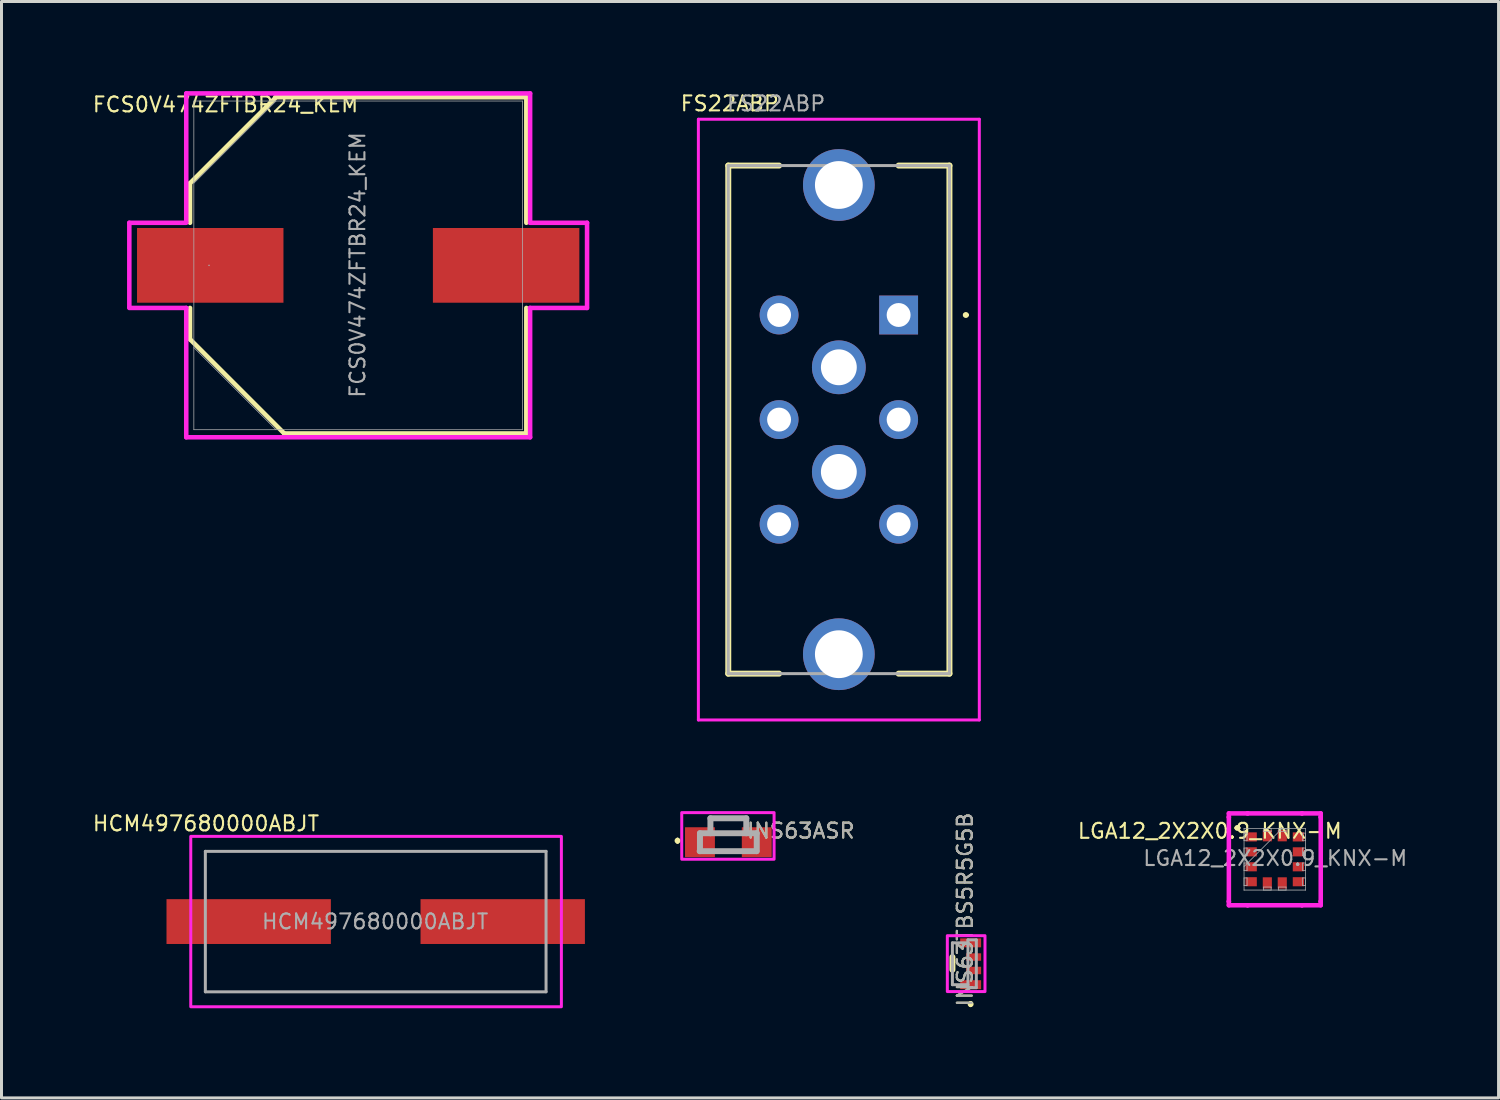
<source format=kicad_pcb>
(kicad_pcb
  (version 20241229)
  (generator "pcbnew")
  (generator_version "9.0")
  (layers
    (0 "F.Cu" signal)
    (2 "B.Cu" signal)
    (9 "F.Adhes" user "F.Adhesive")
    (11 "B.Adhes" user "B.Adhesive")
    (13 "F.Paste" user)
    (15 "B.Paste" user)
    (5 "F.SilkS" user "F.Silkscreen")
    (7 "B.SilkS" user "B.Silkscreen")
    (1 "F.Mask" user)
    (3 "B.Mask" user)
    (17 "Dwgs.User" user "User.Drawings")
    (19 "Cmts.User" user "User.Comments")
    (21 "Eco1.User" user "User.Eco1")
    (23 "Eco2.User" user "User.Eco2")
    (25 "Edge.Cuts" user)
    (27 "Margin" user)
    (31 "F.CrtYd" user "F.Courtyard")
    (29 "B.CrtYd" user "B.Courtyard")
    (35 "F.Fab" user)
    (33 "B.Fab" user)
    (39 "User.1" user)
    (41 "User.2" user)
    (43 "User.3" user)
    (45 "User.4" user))
  (footprint "LGA12_2X2X0.9_KNX-M"
    (layer "F.Cu")
    (at 39.605 25.703)
    (property "Reference" "LGA12_2X2X0.9_KNX-M" (at -2.175 -0.948 0) (unlocked yes) (layer "F.SilkS") (effects (font (size 0.5 0.5) (thickness 0.07))))
    (attr smd)
    (fp_line (start -1.3 -1.05) (end -1.3 -1.05) (stroke (width 0.1) (type solid)) (layer "F.SilkS"))
    (fp_line (start -1.2 -1.05) (end -1.2 -1.05) (stroke (width 0.1) (type solid)) (layer "F.SilkS"))
    (fp_arc (start -1.3 -1.05) (mid -1.25 -1.1) (end -1.2 -1.05) (stroke (width 0.1) (type solid)) (layer "F.SilkS"))
    (fp_arc (start -1.2 -1.05) (mid -1.25 -1) (end -1.3 -1.05) (stroke (width 0.1) (type solid)) (layer "F.SilkS"))
    (fp_line (start -1.537 -1.537) (end -0.91 -1.537) (stroke (width 0.152) (type solid)) (layer "F.CrtYd"))
    (fp_line (start -1.537 -1.41) (end -1.537 -1.537) (stroke (width 0.152) (type solid)) (layer "F.CrtYd"))
    (fp_line (start -1.537 -1.41) (end -1.537 -1.41) (stroke (width 0.152) (type solid)) (layer "F.CrtYd"))
    (fp_line (start -1.537 1.41) (end -1.537 -1.41) (stroke (width 0.152) (type solid)) (layer "F.CrtYd"))
    (fp_line (start -1.537 1.41) (end -1.537 1.41) (stroke (width 0.152) (type solid)) (layer "F.CrtYd"))
    (fp_line (start -1.537 1.537) (end -1.537 1.41) (stroke (width 0.152) (type solid)) (layer "F.CrtYd"))
    (fp_line (start -0.91 -1.537) (end -0.91 -1.537) (stroke (width 0.152) (type solid)) (layer "F.CrtYd"))
    (fp_line (start -0.91 -1.537) (end 0.91 -1.537) (stroke (width 0.152) (type solid)) (layer "F.CrtYd"))
    (fp_line (start -0.91 1.537) (end -1.537 1.537) (stroke (width 0.152) (type solid)) (layer "F.CrtYd"))
    (fp_line (start -0.91 1.537) (end -0.91 1.537) (stroke (width 0.152) (type solid)) (layer "F.CrtYd"))
    (fp_line (start 0.91 -1.537) (end 0.91 -1.537) (stroke (width 0.152) (type solid)) (layer "F.CrtYd"))
    (fp_line (start 0.91 -1.537) (end 1.537 -1.537) (stroke (width 0.152) (type solid)) (layer "F.CrtYd"))
    (fp_line (start 0.91 1.537) (end -0.91 1.537) (stroke (width 0.152) (type solid)) (layer "F.CrtYd"))
    (fp_line (start 0.91 1.537) (end 0.91 1.537) (stroke (width 0.152) (type solid)) (layer "F.CrtYd"))
    (fp_line (start 1.537 -1.537) (end 1.537 -1.41) (stroke (width 0.152) (type solid)) (layer "F.CrtYd"))
    (fp_line (start 1.537 -1.41) (end 1.537 -1.41) (stroke (width 0.152) (type solid)) (layer "F.CrtYd"))
    (fp_line (start 1.537 -1.41) (end 1.537 1.41) (stroke (width 0.152) (type solid)) (layer "F.CrtYd"))
    (fp_line (start 1.537 1.41) (end 1.537 1.41) (stroke (width 0.152) (type solid)) (layer "F.CrtYd"))
    (fp_line (start 1.537 1.41) (end 1.537 1.537) (stroke (width 0.152) (type solid)) (layer "F.CrtYd"))
    (fp_line (start 1.537 1.537) (end 0.91 1.537) (stroke (width 0.152) (type solid)) (layer "F.CrtYd"))
    (fp_line (start -1.029 -1.029) (end -1.029 -1.029) (stroke (width 0.025) (type solid)) (layer "F.Fab"))
    (fp_line (start -1.029 -1.029) (end -1.029 1.029) (stroke (width 0.025) (type solid)) (layer "F.Fab"))
    (fp_line (start -1.029 -0.877) (end -0.927 -0.877) (stroke (width 0.025) (type solid)) (layer "F.Fab"))
    (fp_line (start -1.029 -0.623) (end -1.029 -0.877) (stroke (width 0.025) (type solid)) (layer "F.Fab"))
    (fp_line (start -1.029 -0.377) (end -0.927 -0.377) (stroke (width 0.025) (type solid)) (layer "F.Fab"))
    (fp_line (start -1.029 -0.123) (end -1.029 -0.377) (stroke (width 0.025) (type solid)) (layer "F.Fab"))
    (fp_line (start -1.029 0.123) (end -0.927 0.123) (stroke (width 0.025) (type solid)) (layer "F.Fab"))
    (fp_line (start -1.029 0.241) (end 0.241 -1.029) (stroke (width 0.025) (type solid)) (layer "F.Fab"))
    (fp_line (start -1.029 0.377) (end -1.029 0.123) (stroke (width 0.025) (type solid)) (layer "F.Fab"))
    (fp_line (start -1.029 0.623) (end -0.927 0.623) (stroke (width 0.025) (type solid)) (layer "F.Fab"))
    (fp_line (start -1.029 0.877) (end -1.029 0.623) (stroke (width 0.025) (type solid)) (layer "F.Fab"))
    (fp_line (start -1.029 1.029) (end -1.029 1.029) (stroke (width 0.025) (type solid)) (layer "F.Fab"))
    (fp_line (start -1.029 1.029) (end 1.029 1.029) (stroke (width 0.025) (type solid)) (layer "F.Fab"))
    (fp_line (start -0.927 -0.877) (end -0.927 -0.623) (stroke (width 0.025) (type solid)) (layer "F.Fab"))
    (fp_line (start -0.927 -0.623) (end -1.029 -0.623) (stroke (width 0.025) (type solid)) (layer "F.Fab"))
    (fp_line (start -0.927 -0.377) (end -0.927 -0.123) (stroke (width 0.025) (type solid)) (layer "F.Fab"))
    (fp_line (start -0.927 -0.123) (end -1.029 -0.123) (stroke (width 0.025) (type solid)) (layer "F.Fab"))
    (fp_line (start -0.927 0.123) (end -0.927 0.377) (stroke (width 0.025) (type solid)) (layer "F.Fab"))
    (fp_line (start -0.927 0.377) (end -1.029 0.377) (stroke (width 0.025) (type solid)) (layer "F.Fab"))
    (fp_line (start -0.927 0.623) (end -0.927 0.877) (stroke (width 0.025) (type solid)) (layer "F.Fab"))
    (fp_line (start -0.927 0.877) (end -1.029 0.877) (stroke (width 0.025) (type solid)) (layer "F.Fab"))
    (fp_line (start -0.377 -1.029) (end -0.123 -1.029) (stroke (width 0.025) (type solid)) (layer "F.Fab"))
    (fp_line (start -0.377 -0.927) (end -0.377 -1.029) (stroke (width 0.025) (type solid)) (layer "F.Fab"))
    (fp_line (start -0.377 0.927) (end -0.123 0.927) (stroke (width 0.025) (type solid)) (layer "F.Fab"))
    (fp_line (start -0.377 1.029) (end -0.377 0.927) (stroke (width 0.025) (type solid)) (layer "F.Fab"))
    (fp_line (start -0.123 -1.029) (end -0.123 -0.927) (stroke (width 0.025) (type solid)) (layer "F.Fab"))
    (fp_line (start -0.123 -0.927) (end -0.377 -0.927) (stroke (width 0.025) (type solid)) (layer "F.Fab"))
    (fp_line (start -0.123 0.927) (end -0.123 1.029) (stroke (width 0.025) (type solid)) (layer "F.Fab"))
    (fp_line (start -0.123 1.029) (end -0.377 1.029) (stroke (width 0.025) (type solid)) (layer "F.Fab"))
    (fp_line (start 0.123 -1.029) (end 0.377 -1.029) (stroke (width 0.025) (type solid)) (layer "F.Fab"))
    (fp_line (start 0.123 -0.927) (end 0.123 -1.029) (stroke (width 0.025) (type solid)) (layer "F.Fab"))
    (fp_line (start 0.123 0.927) (end 0.377 0.927) (stroke (width 0.025) (type solid)) (layer "F.Fab"))
    (fp_line (start 0.123 1.029) (end 0.123 0.927) (stroke (width 0.025) (type solid)) (layer "F.Fab"))
    (fp_line (start 0.377 -1.029) (end 0.377 -0.927) (stroke (width 0.025) (type solid)) (layer "F.Fab"))
    (fp_line (start 0.377 -0.927) (end 0.123 -0.927) (stroke (width 0.025) (type solid)) (layer "F.Fab"))
    (fp_line (start 0.377 0.927) (end 0.377 1.029) (stroke (width 0.025) (type solid)) (layer "F.Fab"))
    (fp_line (start 0.377 1.029) (end 0.123 1.029) (stroke (width 0.025) (type solid)) (layer "F.Fab"))
    (fp_line (start 0.927 -0.877) (end 1.029 -0.877) (stroke (width 0.025) (type solid)) (layer "F.Fab"))
    (fp_line (start 0.927 -0.623) (end 0.927 -0.877) (stroke (width 0.025) (type solid)) (layer "F.Fab"))
    (fp_line (start 0.927 -0.377) (end 1.029 -0.377) (stroke (width 0.025) (type solid)) (layer "F.Fab"))
    (fp_line (start 0.927 -0.123) (end 0.927 -0.377) (stroke (width 0.025) (type solid)) (layer "F.Fab"))
    (fp_line (start 0.927 0.123) (end 1.029 0.123) (stroke (width 0.025) (type solid)) (layer "F.Fab"))
    (fp_line (start 0.927 0.377) (end 0.927 0.123) (stroke (width 0.025) (type solid)) (layer "F.Fab"))
    (fp_line (start 0.927 0.623) (end 1.029 0.623) (stroke (width 0.025) (type solid)) (layer "F.Fab"))
    (fp_line (start 0.927 0.877) (end 0.927 0.623) (stroke (width 0.025) (type solid)) (layer "F.Fab"))
    (fp_line (start 1.029 -1.029) (end -1.029 -1.029) (stroke (width 0.025) (type solid)) (layer "F.Fab"))
    (fp_line (start 1.029 -1.029) (end 1.029 -1.029) (stroke (width 0.025) (type solid)) (layer "F.Fab"))
    (fp_line (start 1.029 -0.877) (end 1.029 -0.623) (stroke (width 0.025) (type solid)) (layer "F.Fab"))
    (fp_line (start 1.029 -0.623) (end 0.927 -0.623) (stroke (width 0.025) (type solid)) (layer "F.Fab"))
    (fp_line (start 1.029 -0.377) (end 1.029 -0.123) (stroke (width 0.025) (type solid)) (layer "F.Fab"))
    (fp_line (start 1.029 -0.123) (end 0.927 -0.123) (stroke (width 0.025) (type solid)) (layer "F.Fab"))
    (fp_line (start 1.029 0.123) (end 1.029 0.377) (stroke (width 0.025) (type solid)) (layer "F.Fab"))
    (fp_line (start 1.029 0.377) (end 0.927 0.377) (stroke (width 0.025) (type solid)) (layer "F.Fab"))
    (fp_line (start 1.029 0.623) (end 1.029 0.877) (stroke (width 0.025) (type solid)) (layer "F.Fab"))
    (fp_line (start 1.029 0.877) (end 0.927 0.877) (stroke (width 0.025) (type solid)) (layer "F.Fab"))
    (fp_line (start 1.029 1.029) (end 1.029 -1.029) (stroke (width 0.025) (type solid)) (layer "F.Fab"))
    (fp_line (start 1.029 1.029) (end 1.029 1.029) (stroke (width 0.025) (type solid)) (layer "F.Fab"))
    (fp_text user "${REFERENCE}" (at 0.015 -0.038 0) (unlocked yes) (layer "F.Fab") (effects (font (size 0.5 0.5) (thickness 0.07))))
    (pad "1" smd rect (at -0.79 -0.75 90) (size 0.305 0.377) (layers "F.Cu" "F.Mask" "F.Paste"))
    (pad "2" smd rect (at -0.79 -0.25 90) (size 0.305 0.377) (layers "F.Cu" "F.Mask" "F.Paste"))
    (pad "3" smd rect (at -0.79 0.25 90) (size 0.305 0.377) (layers "F.Cu" "F.Mask" "F.Paste"))
    (pad "4" smd rect (at -0.79 0.75 90) (size 0.305 0.377) (layers "F.Cu" "F.Mask" "F.Paste"))
    (pad "5" smd rect (at -0.25 0.79) (size 0.305 0.377) (layers "F.Cu" "F.Mask" "F.Paste"))
    (pad "6" smd rect (at 0.25 0.79) (size 0.305 0.377) (layers "F.Cu" "F.Mask" "F.Paste"))
    (pad "7" smd rect (at 0.79 0.75 90) (size 0.305 0.377) (layers "F.Cu" "F.Mask" "F.Paste"))
    (pad "8" smd rect (at 0.79 0.25 90) (size 0.305 0.377) (layers "F.Cu" "F.Mask" "F.Paste"))
    (pad "9" smd rect (at 0.79 -0.25 90) (size 0.305 0.377) (layers "F.Cu" "F.Mask" "F.Paste"))
    (pad "10" smd rect (at 0.79 -0.75 90) (size 0.305 0.377) (layers "F.Cu" "F.Mask" "F.Paste"))
    (pad "11" smd rect (at 0.25 -0.79) (size 0.305 0.377) (layers "F.Cu" "F.Mask" "F.Paste"))
    (pad "12" smd rect (at -0.25 -0.79) (size 0.305 0.377) (layers "F.Cu" "F.Mask" "F.Paste")))
  (footprint "INS63TBS5R5G5B"
    (layer "F.Cu")
    (at 29.528 29.198)
    (property "Reference" "INS63TBS5R5G5B" (at -0.29 -1.815 270) (layer "F.SilkS") (effects (font (size 0.5 0.5) (thickness 0.07))))
    (attr smd)
    (fp_line (start -0.71 -0.225) (end -0.71 0.2) (stroke (width 0.2) (type solid)) (layer "F.SilkS"))
    (fp_line (start -0.1 1.3) (end -0.1 1.3) (stroke (width 0.1) (type solid)) (layer "F.SilkS"))
    (fp_line (start -0.1 1.4) (end -0.1 1.4) (stroke (width 0.1) (type solid)) (layer "F.SilkS"))
    (fp_arc (start -0.1 1.3) (mid -0.05 1.35) (end -0.1 1.4) (stroke (width 0.1) (type solid)) (layer "F.SilkS"))
    (fp_arc (start -0.1 1.4) (mid -0.15 1.35) (end -0.1 1.3) (stroke (width 0.1) (type solid)) (layer "F.SilkS"))
    (fp_rect (start -0.88 -0.94) (end 0.38 0.93) (stroke (width 0.1) (type default)) (fill no) (layer "F.CrtYd"))
    (fp_line (start -0.71 -0.7) (end -0.19 -0.7) (stroke (width 0.1) (type solid)) (layer "F.Fab"))
    (fp_line (start -0.71 0.7) (end -0.71 -0.7) (stroke (width 0.1) (type solid)) (layer "F.Fab"))
    (fp_line (start -0.19 -0.8) (end -0.19 0.8) (stroke (width 0.1) (type solid)) (layer "F.Fab"))
    (fp_line (start -0.19 0.7) (end -0.71 0.7) (stroke (width 0.1) (type solid)) (layer "F.Fab"))
    (fp_line (start -0.19 0.8) (end 0.09 0.8) (stroke (width 0.1) (type solid)) (layer "F.Fab"))
    (fp_line (start 0.09 -0.8) (end -0.19 -0.8) (stroke (width 0.1) (type solid)) (layer "F.Fab"))
    (fp_line (start 0.09 0.8) (end 0.09 -0.8) (stroke (width 0.1) (type solid)) (layer "F.Fab"))
    (fp_text user "${REFERENCE}" (at -0.29 -1.815 270) (layer "F.Fab") (effects (font (size 0.5 0.5) (thickness 0.07))))
    (pad "1" smd rect (at -0.1 0.7 90) (size 0.3 0.7) (layers "F.Cu" "F.Mask" "F.Paste"))
    (pad "2" smd rect (at 0 0.225 90) (size 0.25 0.5) (layers "F.Cu" "F.Mask" "F.Paste"))
    (pad "3" smd rect (at 0 -0.225 90) (size 0.25 0.5) (layers "F.Cu" "F.Mask" "F.Paste"))
    (pad "4" smd rect (at -0.1 -0.7 90) (size 0.3 0.7) (layers "F.Cu" "F.Mask" "F.Paste")))
  (footprint "HCM497680000ABJT"
    (layer "F.Cu")
    (at 9.521 27.786)
    (property "Reference" "HCM497680000ABJT" (at -5.68 -3.28 0) (layer "F.SilkS") (effects (font (size 0.5 0.5) (thickness 0.07))))
    (attr smd)
    (fp_rect (start -6.188 -2.85) (end 6.213 2.85) (stroke (width 0.1) (type solid)) (fill no) (layer "F.CrtYd"))
    (fp_line (start -5.7 -2.35) (end -5.7 2.35) (stroke (width 0.1) (type solid)) (layer "F.Fab"))
    (fp_line (start -5.7 2.35) (end 5.7 2.35) (stroke (width 0.1) (type solid)) (layer "F.Fab"))
    (fp_line (start 5.7 -2.35) (end -5.7 -2.35) (stroke (width 0.1) (type solid)) (layer "F.Fab"))
    (fp_line (start 5.7 2.35) (end 5.7 -2.35) (stroke (width 0.1) (type solid)) (layer "F.Fab"))
    (fp_text user "${REFERENCE}" (at -0.02 0 0) (layer "F.Fab") (effects (font (size 0.5 0.5) (thickness 0.07))))
    (pad "1" smd rect (at -4.25 0 90) (size 1.5 5.5) (layers "F.Cu" "F.Mask" "F.Paste"))
    (pad "2" smd rect (at 4.25 0 90) (size 1.5 5.5) (layers "F.Cu" "F.Mask" "F.Paste")))
  (footprint "INS63ASR"
    (layer "F.Cu")
    (at 21.321 24.83)
    (property "Reference" "INS63ASR" (at 2.425 -0.082 0) (layer "F.SilkS") (effects (font (size 0.5 0.5) (thickness 0.07))))
    (attr smd)
    (fp_line (start -1.7 0.2) (end -1.7 0.2) (stroke (width 0.1) (type solid)) (layer "F.SilkS"))
    (fp_line (start -1.7 0.3) (end -1.7 0.3) (stroke (width 0.1) (type solid)) (layer "F.SilkS"))
    (fp_line (start -0.6 -0.5) (end 0.6 -0.5) (stroke (width 0.1) (type solid)) (layer "F.SilkS"))
    (fp_line (start -0.6 -0.4) (end -0.6 -0.5) (stroke (width 0.1) (type solid)) (layer "F.SilkS"))
    (fp_line (start -0.2 0) (end 0.2 0) (stroke (width 0.1) (type solid)) (layer "F.SilkS"))
    (fp_line (start -0.2 0.6) (end 0.2 0.6) (stroke (width 0.1) (type solid)) (layer "F.SilkS"))
    (fp_line (start 0.6 -0.5) (end 0.6 -0.4) (stroke (width 0.1) (type solid)) (layer "F.SilkS"))
    (fp_arc (start -1.7 0.2) (mid -1.65 0.25) (end -1.7 0.3) (stroke (width 0.1) (type solid)) (layer "F.SilkS"))
    (fp_arc (start -1.7 0.3) (mid -1.75 0.25) (end -1.7 0.2) (stroke (width 0.1) (type solid)) (layer "F.SilkS"))
    (fp_rect (start -1.56 -0.69) (end 1.53 0.87) (stroke (width 0.1) (type default)) (fill no) (layer "F.CrtYd"))
    (fp_line (start -0.95 0) (end 0.95 0) (stroke (width 0.2) (type solid)) (layer "F.Fab"))
    (fp_line (start -0.95 0.6) (end -0.95 0) (stroke (width 0.2) (type solid)) (layer "F.Fab"))
    (fp_line (start -0.6 -0.5) (end 0.6 -0.5) (stroke (width 0.2) (type solid)) (layer "F.Fab"))
    (fp_line (start -0.6 0) (end -0.6 -0.5) (stroke (width 0.2) (type solid)) (layer "F.Fab"))
    (fp_line (start 0.6 -0.5) (end 0.6 0) (stroke (width 0.2) (type solid)) (layer "F.Fab"))
    (fp_line (start 0.94 0.6) (end -0.96 0.6) (stroke (width 0.2) (type solid)) (layer "F.Fab"))
    (fp_line (start 0.95 0) (end 0.95 0.6) (stroke (width 0.2) (type solid)) (layer "F.Fab"))
    (fp_text user "${REFERENCE}" (at 2.425 -0.082 0) (layer "F.Fab") (effects (font (size 0.5 0.5) (thickness 0.07))))
    (pad "1" smd rect (at -0.95 0.3 90) (size 1 1) (layers "F.Cu" "F.Mask" "F.Paste"))
    (pad "2" smd rect (at 0.95 0.3 90) (size 1 1) (layers "F.Cu" "F.Mask" "F.Paste")))
  (footprint "FS22ABP"
    (layer "F.Cu")
    (at 27.018 7.49)
    (property "Reference" "FS22ABP" (at -5.65 -7.075 180) (layer "F.SilkS") (effects (font (size 0.5 0.5) (thickness 0.07))))
    (attr through_hole)
    (fp_line (start -5.7 -5) (end -4 -5) (stroke (width 0.2) (type solid)) (layer "F.SilkS"))
    (fp_line (start -5.7 12) (end -5.7 -5) (stroke (width 0.2) (type solid)) (layer "F.SilkS"))
    (fp_line (start -4 12) (end -5.7 12) (stroke (width 0.2) (type solid)) (layer "F.SilkS"))
    (fp_line (start 0 -5) (end 1.7 -5) (stroke (width 0.2) (type solid)) (layer "F.SilkS"))
    (fp_line (start 1.7 -5) (end 1.7 12) (stroke (width 0.2) (type solid)) (layer "F.SilkS"))
    (fp_line (start 1.7 12) (end 0 12) (stroke (width 0.2) (type solid)) (layer "F.SilkS"))
    (fp_line (start 2.2 0) (end 2.2 0) (stroke (width 0.1) (type solid)) (layer "F.SilkS"))
    (fp_line (start 2.3 0) (end 2.3 0) (stroke (width 0.1) (type solid)) (layer "F.SilkS"))
    (fp_arc (start 2.2 0) (mid 2.25 -0.05) (end 2.3 0) (stroke (width 0.1) (type solid)) (layer "F.SilkS"))
    (fp_arc (start 2.3 0) (mid 2.25 0.05) (end 2.2 0) (stroke (width 0.1) (type solid)) (layer "F.SilkS"))
    (fp_line (start -6.7 -6.55) (end 2.7 -6.55) (stroke (width 0.1) (type solid)) (layer "F.CrtYd"))
    (fp_line (start -6.7 13.55) (end -6.7 -6.55) (stroke (width 0.1) (type solid)) (layer "F.CrtYd"))
    (fp_line (start 2.7 -6.55) (end 2.7 13.55) (stroke (width 0.1) (type solid)) (layer "F.CrtYd"))
    (fp_line (start 2.7 13.55) (end -6.7 13.55) (stroke (width 0.1) (type solid)) (layer "F.CrtYd"))
    (fp_line (start -5.7 -5) (end 1.7 -5) (stroke (width 0.1) (type solid)) (layer "F.Fab"))
    (fp_line (start -5.7 12) (end -5.7 -5) (stroke (width 0.1) (type solid)) (layer "F.Fab"))
    (fp_line (start 1.7 -5) (end 1.7 12) (stroke (width 0.1) (type solid)) (layer "F.Fab"))
    (fp_line (start 1.7 12) (end -5.7 12) (stroke (width 0.1) (type solid)) (layer "F.Fab"))
    (fp_text user "${REFERENCE}" (at -4.1 -7.075 180) (layer "F.Fab") (effects (font (size 0.5 0.5) (thickness 0.07))))
    (pad "" thru_hole circle (at -2 -4.35) (size 2.4 2.4) (drill 1.6) (layers "*.Cu" "*.Mask"))
    (pad "" thru_hole circle (at -2 1.75) (size 1.8 1.8) (drill 1.2) (layers "*.Cu" "*.Mask"))
    (pad "" thru_hole circle (at -2 5.25) (size 1.8 1.8) (drill 1.2) (layers "*.Cu" "*.Mask"))
    (pad "" thru_hole circle (at -2 11.35) (size 2.4 2.4) (drill 1.6) (layers "*.Cu" "*.Mask"))
    (pad "1" thru_hole rect (at 0 0) (size 1.3 1.3) (drill 0.8) (layers "*.Cu" "*.Mask"))
    (pad "2" thru_hole circle (at 0 3.5) (size 1.3 1.3) (drill 0.8) (layers "*.Cu" "*.Mask"))
    (pad "3" thru_hole circle (at 0 7) (size 1.3 1.3) (drill 0.8) (layers "*.Cu" "*.Mask"))
    (pad "4" thru_hole circle (at -4 0) (size 1.3 1.3) (drill 0.8) (layers "*.Cu" "*.Mask"))
    (pad "5" thru_hole circle (at -4 3.5) (size 1.3 1.3) (drill 0.8) (layers "*.Cu" "*.Mask"))
    (pad "6" thru_hole circle (at -4 7) (size 1.3 1.3) (drill 0.8) (layers "*.Cu" "*.Mask")))
  (footprint "FCS0V474ZFTBR24_KEM"
    (layer "F.Cu")
    (at 8.935 5.829)
    (property "Reference" "FCS0V474ZFTBR24_KEM" (at -4.44 -5.38 0) (unlocked yes) (layer "F.SilkS") (effects (font (size 0.5 0.5) (thickness 0.07))))
    (attr smd)
    (fp_line (start -5.626 -2.75) (end -5.626 -1.425) (stroke (width 0.152) (type solid)) (layer "F.SilkS"))
    (fp_line (start -5.626 -2.75) (end -2.777 -5.599) (stroke (width 0.152) (type solid)) (layer "F.SilkS"))
    (fp_line (start -5.626 1.425) (end -5.626 2.475) (stroke (width 0.152) (type solid)) (layer "F.SilkS"))
    (fp_line (start -5.623 2.477) (end -2.475 5.625) (stroke (width 0.152) (type solid)) (layer "F.SilkS"))
    (fp_line (start -2.475 5.626) (end 5.626 5.626) (stroke (width 0.152) (type solid)) (layer "F.SilkS"))
    (fp_line (start 5.626 -5.626) (end -2.775 -5.626) (stroke (width 0.152) (type solid)) (layer "F.SilkS"))
    (fp_line (start 5.626 -1.425) (end 5.626 -5.626) (stroke (width 0.152) (type solid)) (layer "F.SilkS"))
    (fp_line (start 5.626 5.626) (end 5.626 1.425) (stroke (width 0.152) (type solid)) (layer "F.SilkS"))
    (fp_line (start -7.658 -1.425) (end -5.753 -1.425) (stroke (width 0.152) (type solid)) (layer "F.CrtYd"))
    (fp_line (start -7.658 1.4) (end -7.658 -1.425) (stroke (width 0.152) (type solid)) (layer "F.CrtYd"))
    (fp_line (start -5.753 -5.753) (end 5.753 -5.753) (stroke (width 0.152) (type solid)) (layer "F.CrtYd"))
    (fp_line (start -5.753 -1.45) (end -5.753 -5.753) (stroke (width 0.152) (type solid)) (layer "F.CrtYd"))
    (fp_line (start -5.753 1.425) (end -7.658 1.425) (stroke (width 0.152) (type solid)) (layer "F.CrtYd"))
    (fp_line (start -5.753 5.753) (end -5.753 1.425) (stroke (width 0.152) (type solid)) (layer "F.CrtYd"))
    (fp_line (start 5.753 -5.753) (end 5.753 -1.425) (stroke (width 0.152) (type solid)) (layer "F.CrtYd"))
    (fp_line (start 5.753 -1.425) (end 7.658 -1.425) (stroke (width 0.152) (type solid)) (layer "F.CrtYd"))
    (fp_line (start 5.753 1.425) (end 5.753 5.753) (stroke (width 0.152) (type solid)) (layer "F.CrtYd"))
    (fp_line (start 5.753 5.753) (end -5.753 5.753) (stroke (width 0.152) (type solid)) (layer "F.CrtYd"))
    (fp_line (start 7.652 1.425) (end 5.747 1.425) (stroke (width 0.152) (type solid)) (layer "F.CrtYd"))
    (fp_line (start 7.658 -1.425) (end 7.658 1.425) (stroke (width 0.152) (type solid)) (layer "F.CrtYd"))
    (fp_line (start -5.499 -5.499) (end -5.499 5.499) (stroke (width 0.025) (type solid)) (layer "F.Fab"))
    (fp_line (start -5.499 -2.75) (end -2.75 -5.499) (stroke (width 0.025) (type solid)) (layer "F.Fab"))
    (fp_line (start -5.499 2.75) (end -2.75 5.499) (stroke (width 0.025) (type solid)) (layer "F.Fab"))
    (fp_line (start -5.499 5.499) (end 5.499 5.499) (stroke (width 0.025) (type solid)) (layer "F.Fab"))
    (fp_line (start 5.499 -5.499) (end -5.499 -5.499) (stroke (width 0.025) (type solid)) (layer "F.Fab"))
    (fp_line (start 5.499 5.499) (end 5.499 -5.499) (stroke (width 0.025) (type solid)) (layer "F.Fab"))
    (fp_circle (center -4.991 0) (end -4.991 0) (stroke (width 0.025) (type solid)) (fill no) (layer "F.Fab"))
    (fp_text user "${REFERENCE}" (at -0.02 -0.015 90) (unlocked yes) (layer "F.Fab") (effects (font (size 0.5 0.5) (thickness 0.07))))
    (pad "1" smd rect (at -4.95 0) (size 4.9 2.5) (layers "F.Cu" "F.Mask" "F.Paste"))
    (pad "2" smd rect (at 4.95 0) (size 4.9 2.5) (layers "F.Cu" "F.Mask" "F.Paste")))
  (gr_rect
    (start -3 -3)
    (end 47.092 33.686)
    (stroke (width 0.1) (type default))
    (fill no)
    (layer "Edge.Cuts")))
</source>
